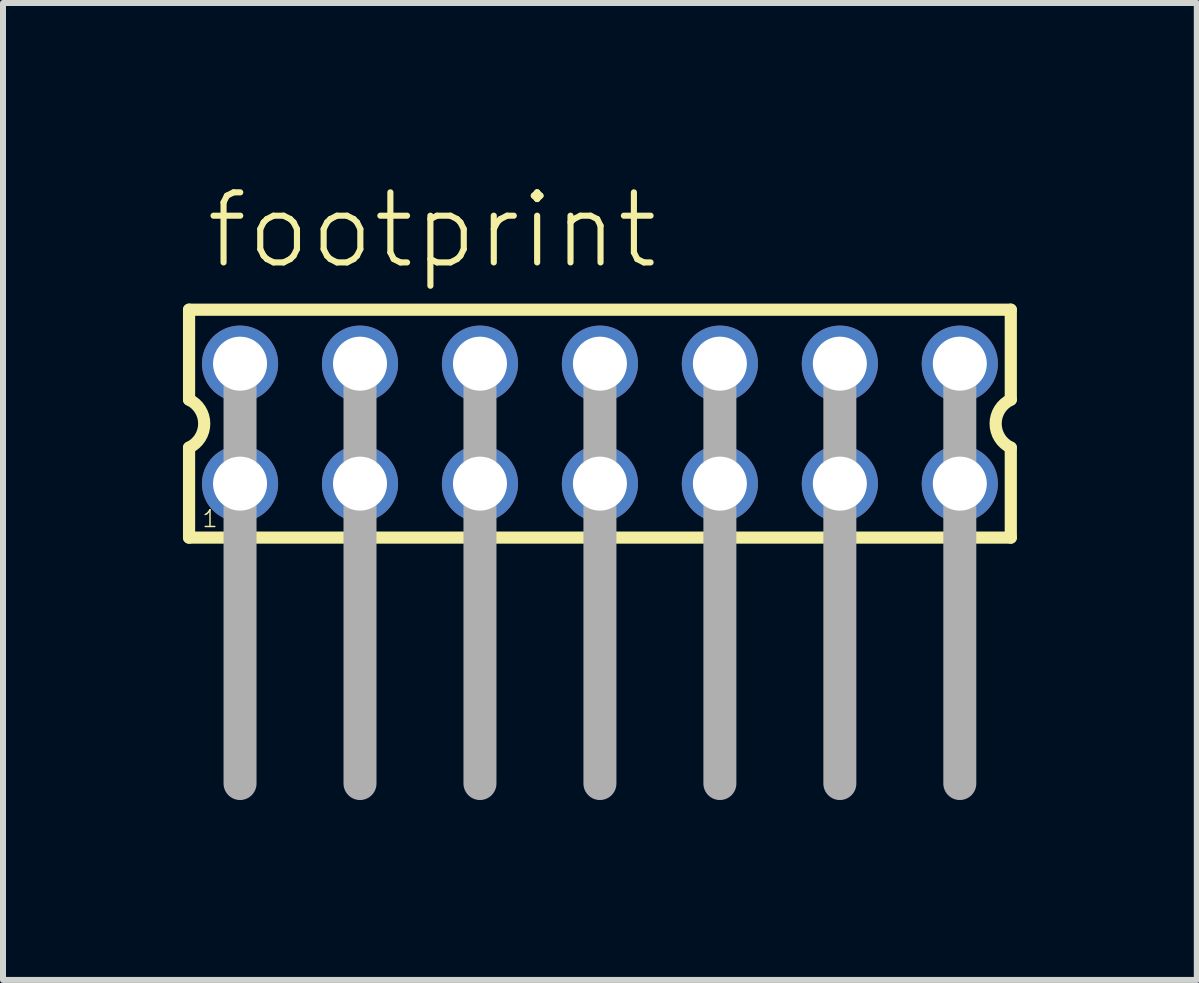
<source format=kicad_pcb>
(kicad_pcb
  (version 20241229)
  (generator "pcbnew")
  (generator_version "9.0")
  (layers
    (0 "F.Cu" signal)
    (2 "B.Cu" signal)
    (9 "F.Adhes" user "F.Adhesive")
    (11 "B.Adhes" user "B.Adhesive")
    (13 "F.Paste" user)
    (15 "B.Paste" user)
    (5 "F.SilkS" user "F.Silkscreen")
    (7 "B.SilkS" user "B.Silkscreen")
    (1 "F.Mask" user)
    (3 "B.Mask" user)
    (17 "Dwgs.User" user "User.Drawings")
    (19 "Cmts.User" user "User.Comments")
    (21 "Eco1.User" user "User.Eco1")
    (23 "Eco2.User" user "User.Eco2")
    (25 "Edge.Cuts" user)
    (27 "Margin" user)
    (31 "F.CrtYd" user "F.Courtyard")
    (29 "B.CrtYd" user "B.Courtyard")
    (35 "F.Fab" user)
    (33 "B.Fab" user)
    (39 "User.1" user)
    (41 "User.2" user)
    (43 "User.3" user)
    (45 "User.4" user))
  (footprint "footprint"
    (layer "F.Cu")
    (at 6.952 4.013)
    (property "Reference" "footprint" (at -6.62 -2.54 0) (layer "F.SilkS") (effects (font (size 1.168 1.168) (thickness 0.102)) (justify left bottom)))
    (fp_line (start -6.85 -1.9) (end -6.85 -0.4) (stroke (width 0.203) (type solid)) (layer "F.SilkS"))
    (fp_line (start -6.85 0.4) (end -6.85 1.9) (stroke (width 0.203) (type solid)) (layer "F.SilkS"))
    (fp_line (start -6.85 1.9) (end 6.85 1.9) (stroke (width 0.203) (type solid)) (layer "F.SilkS"))
    (fp_line (start 6.85 -1.9) (end -6.85 -1.9) (stroke (width 0.203) (type solid)) (layer "F.SilkS"))
    (fp_line (start 6.85 -0.4) (end 6.85 -1.9) (stroke (width 0.203) (type solid)) (layer "F.SilkS"))
    (fp_line (start 6.85 1.9) (end 6.85 0.4) (stroke (width 0.203) (type solid)) (layer "F.SilkS"))
    (fp_arc (start -6.85 -0.4) (mid -6.597167 0) (end -6.85 0.4) (stroke (width 0.2032) (type solid)) (layer "F.SilkS"))
    (fp_arc (start 6.85 0.4) (mid 6.597167 0) (end 6.85 -0.4) (stroke (width 0.2032) (type solid)) (layer "F.SilkS"))
    (fp_line (start -6 -1) (end -6 6) (stroke (width 0.55) (type solid)) (layer "F.Fab"))
    (fp_line (start -4 -1) (end -4 6) (stroke (width 0.55) (type solid)) (layer "F.Fab"))
    (fp_line (start -2 -1) (end -2 6) (stroke (width 0.55) (type solid)) (layer "F.Fab"))
    (fp_line (start 0 -1) (end 0 6) (stroke (width 0.55) (type solid)) (layer "F.Fab"))
    (fp_line (start 2 -1) (end 2 6) (stroke (width 0.55) (type solid)) (layer "F.Fab"))
    (fp_line (start 4 -1) (end 4 6) (stroke (width 0.55) (type solid)) (layer "F.Fab"))
    (fp_line (start 6 -1) (end 6 6) (stroke (width 0.55) (type solid)) (layer "F.Fab"))
    (fp_poly (pts (xy -6.25 -0.75) (xy -5.75 -0.75) (xy -5.75 -1.25) (xy -6.25 -1.25)) (stroke (width 0.1) (type solid)) (fill no) (layer "F.Fab"))
    (fp_poly (pts (xy -6.25 1.25) (xy -5.75 1.25) (xy -5.75 0.75) (xy -6.25 0.75)) (stroke (width 0.1) (type solid)) (fill no) (layer "F.Fab"))
    (fp_poly (pts (xy -4.25 -0.75) (xy -3.75 -0.75) (xy -3.75 -1.25) (xy -4.25 -1.25)) (stroke (width 0.1) (type solid)) (fill no) (layer "F.Fab"))
    (fp_poly (pts (xy -4.25 1.25) (xy -3.75 1.25) (xy -3.75 0.75) (xy -4.25 0.75)) (stroke (width 0.1) (type solid)) (fill no) (layer "F.Fab"))
    (fp_poly (pts (xy -2.25 -0.75) (xy -1.75 -0.75) (xy -1.75 -1.25) (xy -2.25 -1.25)) (stroke (width 0.1) (type solid)) (fill no) (layer "F.Fab"))
    (fp_poly (pts (xy -2.25 1.25) (xy -1.75 1.25) (xy -1.75 0.75) (xy -2.25 0.75)) (stroke (width 0.1) (type solid)) (fill no) (layer "F.Fab"))
    (fp_poly (pts (xy -0.25 -0.75) (xy 0.25 -0.75) (xy 0.25 -1.25) (xy -0.25 -1.25)) (stroke (width 0.1) (type solid)) (fill no) (layer "F.Fab"))
    (fp_poly (pts (xy -0.25 1.25) (xy 0.25 1.25) (xy 0.25 0.75) (xy -0.25 0.75)) (stroke (width 0.1) (type solid)) (fill no) (layer "F.Fab"))
    (fp_poly (pts (xy 1.75 -0.75) (xy 2.25 -0.75) (xy 2.25 -1.25) (xy 1.75 -1.25)) (stroke (width 0.1) (type solid)) (fill no) (layer "F.Fab"))
    (fp_poly (pts (xy 1.75 1.25) (xy 2.25 1.25) (xy 2.25 0.75) (xy 1.75 0.75)) (stroke (width 0.1) (type solid)) (fill no) (layer "F.Fab"))
    (fp_poly (pts (xy 3.75 -0.75) (xy 4.25 -0.75) (xy 4.25 -1.25) (xy 3.75 -1.25)) (stroke (width 0.1) (type solid)) (fill no) (layer "F.Fab"))
    (fp_poly (pts (xy 3.75 1.25) (xy 4.25 1.25) (xy 4.25 0.75) (xy 3.75 0.75)) (stroke (width 0.1) (type solid)) (fill no) (layer "F.Fab"))
    (fp_poly (pts (xy 5.75 -0.75) (xy 6.25 -0.75) (xy 6.25 -1.25) (xy 5.75 -1.25)) (stroke (width 0.1) (type solid)) (fill no) (layer "F.Fab"))
    (fp_poly (pts (xy 5.75 1.25) (xy 6.25 1.25) (xy 6.25 0.75) (xy 5.75 0.75)) (stroke (width 0.1) (type solid)) (fill no) (layer "F.Fab"))
    (fp_text user "1" (at -6.65 1.75 0) (layer "F.SilkS") (effects (font (size 0.28 0.28) (thickness 0.024)) (justify left bottom)))
    (pad "1" thru_hole circle (at -6 1) (size 1.27 1.27) (drill 0.9) (layers "*.Cu" "*.Mask"))
    (pad "2" thru_hole circle (at -6 -1) (size 1.27 1.27) (drill 0.9) (layers "*.Cu" "*.Mask"))
    (pad "3" thru_hole circle (at -4 1) (size 1.27 1.27) (drill 0.9) (layers "*.Cu" "*.Mask"))
    (pad "4" thru_hole circle (at -4 -1) (size 1.27 1.27) (drill 0.9) (layers "*.Cu" "*.Mask"))
    (pad "5" thru_hole circle (at -2 1) (size 1.27 1.27) (drill 0.9) (layers "*.Cu" "*.Mask"))
    (pad "6" thru_hole circle (at -2 -1) (size 1.27 1.27) (drill 0.9) (layers "*.Cu" "*.Mask"))
    (pad "7" thru_hole circle (at 0 1) (size 1.27 1.27) (drill 0.9) (layers "*.Cu" "*.Mask"))
    (pad "8" thru_hole circle (at 0 -1) (size 1.27 1.27) (drill 0.9) (layers "*.Cu" "*.Mask"))
    (pad "9" thru_hole circle (at 2 1) (size 1.27 1.27) (drill 0.9) (layers "*.Cu" "*.Mask"))
    (pad "10" thru_hole circle (at 2 -1) (size 1.27 1.27) (drill 0.9) (layers "*.Cu" "*.Mask"))
    (pad "11" thru_hole circle (at 4 1) (size 1.27 1.27) (drill 0.9) (layers "*.Cu" "*.Mask"))
    (pad "12" thru_hole circle (at 4 -1) (size 1.27 1.27) (drill 0.9) (layers "*.Cu" "*.Mask"))
    (pad "13" thru_hole circle (at 6 1) (size 1.27 1.27) (drill 0.9) (layers "*.Cu" "*.Mask"))
    (pad "14" thru_hole circle (at 6 -1) (size 1.27 1.27) (drill 0.9) (layers "*.Cu" "*.Mask")))
  (gr_rect
    (start -3 -3)
    (end 16.903 13.288)
    (stroke (width 0.1) (type default))
    (fill no)
    (layer "Edge.Cuts")))
</source>
